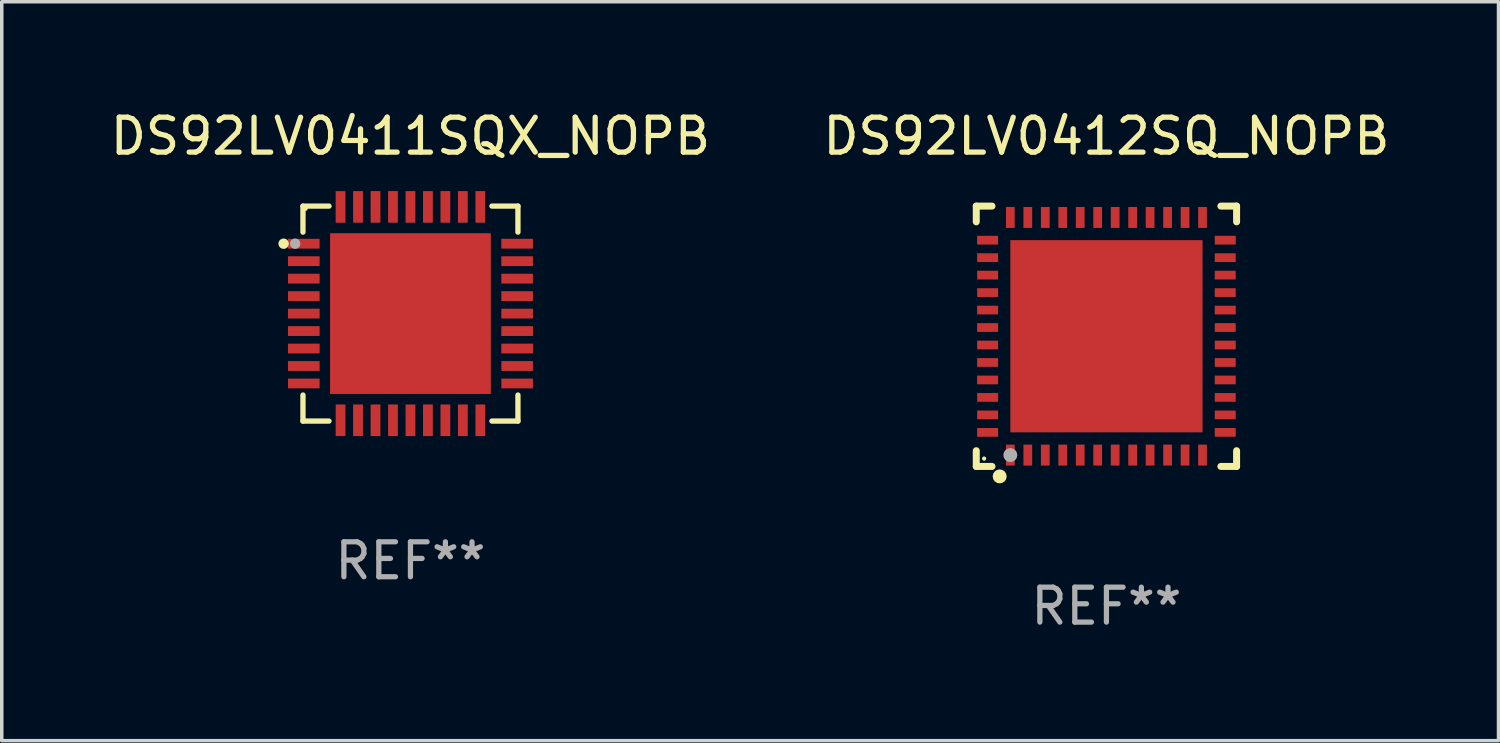
<source format=kicad_pcb>
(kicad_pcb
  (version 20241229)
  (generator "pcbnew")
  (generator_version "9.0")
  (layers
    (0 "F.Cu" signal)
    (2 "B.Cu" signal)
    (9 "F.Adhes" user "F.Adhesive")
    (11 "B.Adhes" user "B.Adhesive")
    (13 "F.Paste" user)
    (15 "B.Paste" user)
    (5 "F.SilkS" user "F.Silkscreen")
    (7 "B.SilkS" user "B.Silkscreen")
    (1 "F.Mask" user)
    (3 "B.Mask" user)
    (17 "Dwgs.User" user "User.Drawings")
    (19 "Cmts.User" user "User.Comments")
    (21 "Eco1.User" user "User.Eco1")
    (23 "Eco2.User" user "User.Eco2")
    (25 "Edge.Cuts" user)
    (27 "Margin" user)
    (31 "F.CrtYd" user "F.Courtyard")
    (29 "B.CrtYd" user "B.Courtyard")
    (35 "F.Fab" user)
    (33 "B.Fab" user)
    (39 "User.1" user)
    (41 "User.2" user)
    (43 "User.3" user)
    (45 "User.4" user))
  (footprint "DS92LV0412SQ_NOPB"
    (layer "F.Cu")
    (at 28.613 6.573)
    (property "Reference" "DS92LV0412SQ_NOPB" (at 0 -5.725 0) (layer "F.SilkS") (effects (font (size 1 1) (thickness 0.15))))
    (attr through_hole)
    (fp_line (start -3.725 -3.725) (end -3.275 -3.725) (stroke (width 0.2) (type solid)) (layer "F.SilkS"))
    (fp_line (start -3.725 -3.275) (end -3.725 -3.725) (stroke (width 0.2) (type solid)) (layer "F.SilkS"))
    (fp_line (start -3.725 3.725) (end -3.725 3.275) (stroke (width 0.2) (type solid)) (layer "F.SilkS"))
    (fp_line (start -3.275 3.725) (end -3.725 3.725) (stroke (width 0.2) (type solid)) (layer "F.SilkS"))
    (fp_line (start 3.275 3.725) (end 3.725 3.725) (stroke (width 0.2) (type solid)) (layer "F.SilkS"))
    (fp_line (start 3.725 -3.725) (end 3.275 -3.725) (stroke (width 0.2) (type solid)) (layer "F.SilkS"))
    (fp_line (start 3.725 -3.275) (end 3.725 -3.725) (stroke (width 0.2) (type solid)) (layer "F.SilkS"))
    (fp_line (start 3.725 3.725) (end 3.725 3.275) (stroke (width 0.2) (type solid)) (layer "F.SilkS"))
    (fp_circle (center -3.5 3.5) (end -3.47 3.5) (stroke (width 0.06) (type solid)) (fill no) (layer "F.SilkS"))
    (fp_circle (center -3.055 4.01) (end -2.955 4.01) (stroke (width 0.2) (type solid)) (fill no) (layer "F.SilkS"))
    (fp_circle (center -2.75 3.4) (end -2.65 3.4) (stroke (width 0.2) (type solid)) (fill no) (layer "F.Fab"))
    (fp_text user "REF**" (at 0 7.725 0) (layer "F.Fab") (effects (font (size 1 1) (thickness 0.15))))
    (pad "1" smd rect (at -2.75 3.4 180) (size 0.25 0.6) (layers "F.Cu" "F.Mask" "F.Paste"))
    (pad "2" smd rect (at -2.25 3.4 180) (size 0.25 0.6) (layers "F.Cu" "F.Mask" "F.Paste"))
    (pad "3" smd rect (at -1.75 3.4 180) (size 0.25 0.6) (layers "F.Cu" "F.Mask" "F.Paste"))
    (pad "4" smd rect (at -1.25 3.4 180) (size 0.25 0.6) (layers "F.Cu" "F.Mask" "F.Paste"))
    (pad "5" smd rect (at -0.75 3.4 180) (size 0.25 0.6) (layers "F.Cu" "F.Mask" "F.Paste"))
    (pad "6" smd rect (at -0.25 3.4 180) (size 0.25 0.6) (layers "F.Cu" "F.Mask" "F.Paste"))
    (pad "7" smd rect (at 0.25 3.4 180) (size 0.25 0.6) (layers "F.Cu" "F.Mask" "F.Paste"))
    (pad "8" smd rect (at 0.75 3.4 180) (size 0.25 0.6) (layers "F.Cu" "F.Mask" "F.Paste"))
    (pad "9" smd rect (at 1.25 3.4 180) (size 0.25 0.6) (layers "F.Cu" "F.Mask" "F.Paste"))
    (pad "10" smd rect (at 1.75 3.4 180) (size 0.25 0.6) (layers "F.Cu" "F.Mask" "F.Paste"))
    (pad "11" smd rect (at 2.25 3.4 180) (size 0.25 0.6) (layers "F.Cu" "F.Mask" "F.Paste"))
    (pad "12" smd rect (at 2.75 3.4 180) (size 0.25 0.6) (layers "F.Cu" "F.Mask" "F.Paste"))
    (pad "13" smd rect (at 3.4 2.75 90) (size 0.25 0.6) (layers "F.Cu" "F.Mask" "F.Paste"))
    (pad "14" smd rect (at 3.4 2.25 90) (size 0.25 0.6) (layers "F.Cu" "F.Mask" "F.Paste"))
    (pad "15" smd rect (at 3.4 1.75 90) (size 0.25 0.6) (layers "F.Cu" "F.Mask" "F.Paste"))
    (pad "16" smd rect (at 3.4 1.25 90) (size 0.25 0.6) (layers "F.Cu" "F.Mask" "F.Paste"))
    (pad "17" smd rect (at 3.4 0.75 90) (size 0.25 0.6) (layers "F.Cu" "F.Mask" "F.Paste"))
    (pad "18" smd rect (at 3.4 0.25 90) (size 0.25 0.6) (layers "F.Cu" "F.Mask" "F.Paste"))
    (pad "19" smd rect (at 3.4 -0.25 90) (size 0.25 0.6) (layers "F.Cu" "F.Mask" "F.Paste"))
    (pad "20" smd rect (at 3.4 -0.75 90) (size 0.25 0.6) (layers "F.Cu" "F.Mask" "F.Paste"))
    (pad "21" smd rect (at 3.4 -1.25 90) (size 0.25 0.6) (layers "F.Cu" "F.Mask" "F.Paste"))
    (pad "22" smd rect (at 3.4 -1.75 90) (size 0.25 0.6) (layers "F.Cu" "F.Mask" "F.Paste"))
    (pad "23" smd rect (at 3.4 -2.25 90) (size 0.25 0.6) (layers "F.Cu" "F.Mask" "F.Paste"))
    (pad "24" smd rect (at 3.4 -2.75 90) (size 0.25 0.6) (layers "F.Cu" "F.Mask" "F.Paste"))
    (pad "25" smd rect (at 2.75 -3.4 180) (size 0.25 0.6) (layers "F.Cu" "F.Mask" "F.Paste"))
    (pad "26" smd rect (at 2.25 -3.4 180) (size 0.25 0.6) (layers "F.Cu" "F.Mask" "F.Paste"))
    (pad "27" smd rect (at 1.75 -3.4 180) (size 0.25 0.6) (layers "F.Cu" "F.Mask" "F.Paste"))
    (pad "28" smd rect (at 1.25 -3.4 180) (size 0.25 0.6) (layers "F.Cu" "F.Mask" "F.Paste"))
    (pad "29" smd rect (at 0.75 -3.4 180) (size 0.25 0.6) (layers "F.Cu" "F.Mask" "F.Paste"))
    (pad "30" smd rect (at 0.25 -3.4 180) (size 0.25 0.6) (layers "F.Cu" "F.Mask" "F.Paste"))
    (pad "31" smd rect (at -0.25 -3.4 180) (size 0.25 0.6) (layers "F.Cu" "F.Mask" "F.Paste"))
    (pad "32" smd rect (at -0.75 -3.4 180) (size 0.25 0.6) (layers "F.Cu" "F.Mask" "F.Paste"))
    (pad "33" smd rect (at -1.25 -3.4 180) (size 0.25 0.6) (layers "F.Cu" "F.Mask" "F.Paste"))
    (pad "34" smd rect (at -1.75 -3.4 180) (size 0.25 0.6) (layers "F.Cu" "F.Mask" "F.Paste"))
    (pad "35" smd rect (at -2.25 -3.4 180) (size 0.25 0.6) (layers "F.Cu" "F.Mask" "F.Paste"))
    (pad "36" smd rect (at -2.75 -3.4 180) (size 0.25 0.6) (layers "F.Cu" "F.Mask" "F.Paste"))
    (pad "37" smd rect (at -3.4 -2.75 90) (size 0.25 0.6) (layers "F.Cu" "F.Mask" "F.Paste"))
    (pad "38" smd rect (at -3.4 -2.25 90) (size 0.25 0.6) (layers "F.Cu" "F.Mask" "F.Paste"))
    (pad "39" smd rect (at -3.4 -1.75 90) (size 0.25 0.6) (layers "F.Cu" "F.Mask" "F.Paste"))
    (pad "40" smd rect (at -3.4 -1.25 90) (size 0.25 0.6) (layers "F.Cu" "F.Mask" "F.Paste"))
    (pad "41" smd rect (at -3.4 -0.75 90) (size 0.25 0.6) (layers "F.Cu" "F.Mask" "F.Paste"))
    (pad "42" smd rect (at -3.4 -0.25 90) (size 0.25 0.6) (layers "F.Cu" "F.Mask" "F.Paste"))
    (pad "43" smd rect (at -3.4 0.25 90) (size 0.25 0.6) (layers "F.Cu" "F.Mask" "F.Paste"))
    (pad "44" smd rect (at -3.4 0.75 90) (size 0.25 0.6) (layers "F.Cu" "F.Mask" "F.Paste"))
    (pad "45" smd rect (at -3.4 1.25 90) (size 0.25 0.6) (layers "F.Cu" "F.Mask" "F.Paste"))
    (pad "46" smd rect (at -3.4 1.75 90) (size 0.25 0.6) (layers "F.Cu" "F.Mask" "F.Paste"))
    (pad "47" smd rect (at -3.4 2.25 90) (size 0.25 0.6) (layers "F.Cu" "F.Mask" "F.Paste"))
    (pad "48" smd rect (at -3.4 2.75 90) (size 0.25 0.6) (layers "F.Cu" "F.Mask" "F.Paste"))
    (pad "49" smd rect (at -0.000076 -0.000076 90) (size 5.5 5.5) (layers "F.Cu" "F.Mask" "F.Paste")))
  (footprint "DS92LV0411SQX_NOPB"
    (layer "F.Cu")
    (at 8.696 5.924)
    (property "Reference" "DS92LV0411SQX_NOPB" (at 0 -5.076 0) (layer "F.SilkS") (effects (font (size 1 1) (thickness 0.15))))
    (attr through_hole)
    (fp_line (start -3.076 -3.076) (end -3.076 -2.331) (stroke (width 0.152) (type solid)) (layer "F.SilkS"))
    (fp_line (start -3.076 3.076) (end -3.076 2.331) (stroke (width 0.152) (type solid)) (layer "F.SilkS"))
    (fp_line (start -2.331 -3.076) (end -3.076 -3.076) (stroke (width 0.152) (type solid)) (layer "F.SilkS"))
    (fp_line (start -2.331 3.076) (end -3.076 3.076) (stroke (width 0.152) (type solid)) (layer "F.SilkS"))
    (fp_line (start 2.331 -3.076) (end 3.076 -3.076) (stroke (width 0.152) (type solid)) (layer "F.SilkS"))
    (fp_line (start 2.331 3.076) (end 3.076 3.076) (stroke (width 0.152) (type solid)) (layer "F.SilkS"))
    (fp_line (start 3.076 -3.076) (end 3.076 -2.331) (stroke (width 0.152) (type solid)) (layer "F.SilkS"))
    (fp_line (start 3.076 3.076) (end 3.076 2.331) (stroke (width 0.152) (type solid)) (layer "F.SilkS"))
    (fp_circle (center -3.63 -2) (end -3.555 -2) (stroke (width 0.15) (type solid)) (fill no) (layer "F.SilkS"))
    (fp_circle (center -3 -3) (end -2.97 -3) (stroke (width 0.06) (type solid)) (fill no) (layer "F.SilkS"))
    (fp_circle (center -3.3 -2) (end -3.225 -2) (stroke (width 0.15) (type solid)) (fill no) (layer "F.Fab"))
    (fp_text user "REF**" (at 0 7.076 0) (layer "F.Fab") (effects (font (size 1 1) (thickness 0.15))))
    (pad "1" smd rect (at -3.053 -2) (size 0.905 0.28) (layers "F.Cu" "F.Mask" "F.Paste"))
    (pad "2" smd rect (at -3.052 -1.5) (size 0.905 0.28) (layers "F.Cu" "F.Mask" "F.Paste"))
    (pad "3" smd rect (at -3.052 -1) (size 0.905 0.28) (layers "F.Cu" "F.Mask" "F.Paste"))
    (pad "4" smd rect (at -3.052 -0.5) (size 0.905 0.28) (layers "F.Cu" "F.Mask" "F.Paste"))
    (pad "5" smd rect (at -3.052 0) (size 0.905 0.28) (layers "F.Cu" "F.Mask" "F.Paste"))
    (pad "6" smd rect (at -3.052 0.5) (size 0.905 0.28) (layers "F.Cu" "F.Mask" "F.Paste"))
    (pad "7" smd rect (at -3.052 1) (size 0.905 0.28) (layers "F.Cu" "F.Mask" "F.Paste"))
    (pad "8" smd rect (at -3.052 1.5) (size 0.905 0.28) (layers "F.Cu" "F.Mask" "F.Paste"))
    (pad "9" smd rect (at -3.052 2) (size 0.905 0.28) (layers "F.Cu" "F.Mask" "F.Paste"))
    (pad "10" smd rect (at -2 3.053) (size 0.28 0.905) (layers "F.Cu" "F.Mask" "F.Paste"))
    (pad "11" smd rect (at -1.5 3.053) (size 0.28 0.905) (layers "F.Cu" "F.Mask" "F.Paste"))
    (pad "12" smd rect (at -1 3.053) (size 0.28 0.905) (layers "F.Cu" "F.Mask" "F.Paste"))
    (pad "13" smd rect (at -0.5 3.053) (size 0.28 0.905) (layers "F.Cu" "F.Mask" "F.Paste"))
    (pad "14" smd rect (at 0 3.053) (size 0.28 0.905) (layers "F.Cu" "F.Mask" "F.Paste"))
    (pad "15" smd rect (at 0.5 3.053) (size 0.28 0.905) (layers "F.Cu" "F.Mask" "F.Paste"))
    (pad "16" smd rect (at 1 3.053) (size 0.28 0.905) (layers "F.Cu" "F.Mask" "F.Paste"))
    (pad "17" smd rect (at 1.5 3.053) (size 0.28 0.905) (layers "F.Cu" "F.Mask" "F.Paste"))
    (pad "18" smd rect (at 2 3.053) (size 0.28 0.905) (layers "F.Cu" "F.Mask" "F.Paste"))
    (pad "19" smd rect (at 3.053 2) (size 0.905 0.28) (layers "F.Cu" "F.Mask" "F.Paste"))
    (pad "20" smd rect (at 3.053 1.5) (size 0.905 0.28) (layers "F.Cu" "F.Mask" "F.Paste"))
    (pad "21" smd rect (at 3.053 1) (size 0.905 0.28) (layers "F.Cu" "F.Mask" "F.Paste"))
    (pad "22" smd rect (at 3.053 0.5) (size 0.905 0.28) (layers "F.Cu" "F.Mask" "F.Paste"))
    (pad "23" smd rect (at 3.053 0) (size 0.905 0.28) (layers "F.Cu" "F.Mask" "F.Paste"))
    (pad "24" smd rect (at 3.053 -0.5) (size 0.905 0.28) (layers "F.Cu" "F.Mask" "F.Paste"))
    (pad "25" smd rect (at 3.053 -1) (size 0.905 0.28) (layers "F.Cu" "F.Mask" "F.Paste"))
    (pad "26" smd rect (at 3.053 -1.5) (size 0.905 0.28) (layers "F.Cu" "F.Mask" "F.Paste"))
    (pad "27" smd rect (at 3.053 -2) (size 0.905 0.28) (layers "F.Cu" "F.Mask" "F.Paste"))
    (pad "28" smd rect (at 2 -3.053) (size 0.28 0.905) (layers "F.Cu" "F.Mask" "F.Paste"))
    (pad "29" smd rect (at 1.5 -3.053) (size 0.28 0.905) (layers "F.Cu" "F.Mask" "F.Paste"))
    (pad "30" smd rect (at 1 -3.053) (size 0.28 0.905) (layers "F.Cu" "F.Mask" "F.Paste"))
    (pad "31" smd rect (at 0.5 -3.053) (size 0.28 0.905) (layers "F.Cu" "F.Mask" "F.Paste"))
    (pad "32" smd rect (at 0 -3.053) (size 0.28 0.905) (layers "F.Cu" "F.Mask" "F.Paste"))
    (pad "33" smd rect (at -0.5 -3.053) (size 0.28 0.905) (layers "F.Cu" "F.Mask" "F.Paste"))
    (pad "34" smd rect (at -1 -3.053) (size 0.28 0.905) (layers "F.Cu" "F.Mask" "F.Paste"))
    (pad "35" smd rect (at -1.5 -3.053) (size 0.28 0.905) (layers "F.Cu" "F.Mask" "F.Paste"))
    (pad "36" smd rect (at -2 -3.052) (size 0.28 0.905) (layers "F.Cu" "F.Mask" "F.Paste"))
    (pad "37" smd rect (at 0 0) (size 4.6 4.6) (layers "F.Cu" "F.Mask" "F.Paste")))
  (gr_rect
    (start -3 -3)
    (end 39.833 18.146)
    (stroke (width 0.1) (type default))
    (fill no)
    (layer "Edge.Cuts")))
</source>
